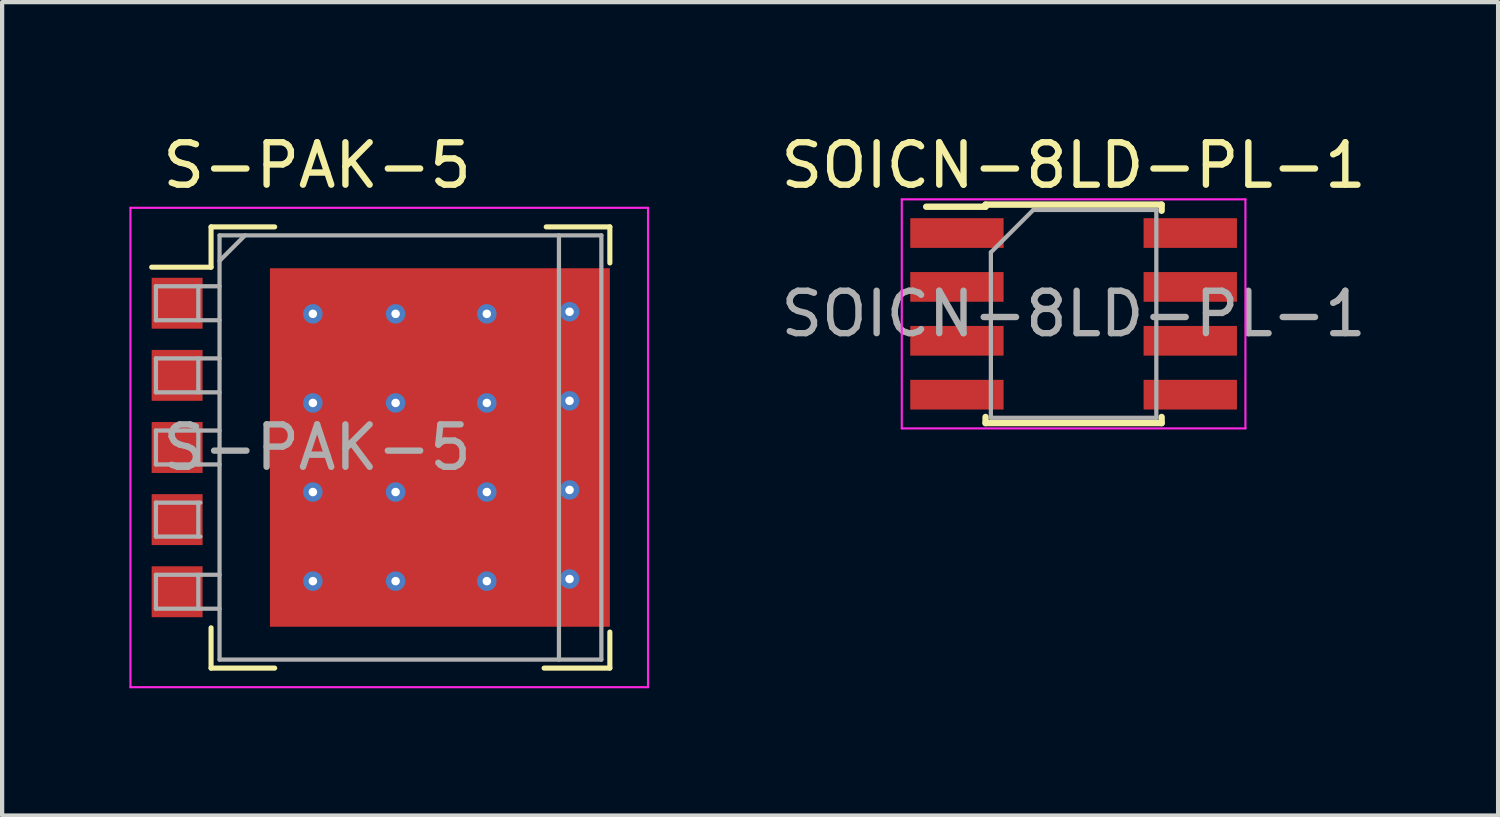
<source format=kicad_pcb>
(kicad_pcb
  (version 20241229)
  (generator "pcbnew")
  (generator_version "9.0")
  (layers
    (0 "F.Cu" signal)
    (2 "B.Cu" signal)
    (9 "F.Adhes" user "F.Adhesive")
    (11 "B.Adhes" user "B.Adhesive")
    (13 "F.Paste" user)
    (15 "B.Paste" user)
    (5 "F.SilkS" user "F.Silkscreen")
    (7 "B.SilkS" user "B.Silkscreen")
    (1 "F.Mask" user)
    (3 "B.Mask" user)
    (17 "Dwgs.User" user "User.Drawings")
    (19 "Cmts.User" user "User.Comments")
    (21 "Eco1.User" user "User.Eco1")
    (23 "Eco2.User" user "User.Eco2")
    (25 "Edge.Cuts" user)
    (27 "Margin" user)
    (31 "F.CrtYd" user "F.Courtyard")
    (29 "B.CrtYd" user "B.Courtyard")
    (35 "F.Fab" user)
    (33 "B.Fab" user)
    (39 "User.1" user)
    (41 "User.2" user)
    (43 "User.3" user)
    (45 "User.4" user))
  (footprint "SOICN-8LD-PL-1"
    (layer "F.Cu")
    (at 22.256 4.348)
    (property "Reference" "SOICN-8LD-PL-1" (at 0 -3.5 0) (layer "F.SilkS") (effects (font (size 1 1) (thickness 0.15))))
    (attr smd)
    (fp_line (start -2.075 -2.575) (end -2.075 -2.525) (stroke (width 0.15) (type solid)) (layer "F.SilkS"))
    (fp_line (start -2.075 -2.575) (end 2.075 -2.575) (stroke (width 0.15) (type solid)) (layer "F.SilkS"))
    (fp_line (start -2.075 -2.525) (end -3.475 -2.525) (stroke (width 0.15) (type solid)) (layer "F.SilkS"))
    (fp_line (start -2.075 2.575) (end -2.075 2.43) (stroke (width 0.15) (type solid)) (layer "F.SilkS"))
    (fp_line (start -2.075 2.575) (end 2.075 2.575) (stroke (width 0.15) (type solid)) (layer "F.SilkS"))
    (fp_line (start 2.075 -2.575) (end 2.075 -2.43) (stroke (width 0.15) (type solid)) (layer "F.SilkS"))
    (fp_line (start 2.075 2.575) (end 2.075 2.43) (stroke (width 0.15) (type solid)) (layer "F.SilkS"))
    (fp_line (start -4.05 -2.7) (end -4.05 2.7) (stroke (width 0.05) (type solid)) (layer "F.CrtYd"))
    (fp_line (start -4.05 -2.7) (end 4.05 -2.7) (stroke (width 0.05) (type solid)) (layer "F.CrtYd"))
    (fp_line (start -4.05 2.7) (end 4.05 2.7) (stroke (width 0.05) (type solid)) (layer "F.CrtYd"))
    (fp_line (start 4.05 -2.7) (end 4.05 2.7) (stroke (width 0.05) (type solid)) (layer "F.CrtYd"))
    (fp_line (start -1.95 -1.45) (end -0.95 -2.45) (stroke (width 0.1) (type solid)) (layer "F.Fab"))
    (fp_line (start -1.95 2.45) (end -1.95 -1.45) (stroke (width 0.1) (type solid)) (layer "F.Fab"))
    (fp_line (start -0.95 -2.45) (end 1.95 -2.45) (stroke (width 0.1) (type solid)) (layer "F.Fab"))
    (fp_line (start 1.95 -2.45) (end 1.95 2.45) (stroke (width 0.1) (type solid)) (layer "F.Fab"))
    (fp_line (start 1.95 2.45) (end -1.95 2.45) (stroke (width 0.1) (type solid)) (layer "F.Fab"))
    (fp_text user "${REFERENCE}" (at 0 0 0) (layer "F.Fab") (effects (font (size 1 1) (thickness 0.15))))
    (pad "1" smd rect (at -2.75 -1.905) (size 2.2 0.7) (layers "F.Cu" "F.Mask" "F.Paste"))
    (pad "2" smd rect (at -2.75 -0.635) (size 2.2 0.7) (layers "F.Cu" "F.Mask" "F.Paste"))
    (pad "3" smd rect (at -2.75 0.635) (size 2.2 0.7) (layers "F.Cu" "F.Mask" "F.Paste"))
    (pad "4" smd rect (at -2.75 1.905) (size 2.2 0.7) (layers "F.Cu" "F.Mask" "F.Paste"))
    (pad "5" smd rect (at 2.75 1.905) (size 2.2 0.7) (layers "F.Cu" "F.Mask" "F.Paste"))
    (pad "6" smd rect (at 2.75 0.635) (size 2.2 0.7) (layers "F.Cu" "F.Mask" "F.Paste"))
    (pad "7" smd rect (at 2.75 -0.635) (size 2.2 0.7) (layers "F.Cu" "F.Mask" "F.Paste"))
    (pad "8" smd rect (at 2.75 -1.905) (size 2.2 0.7) (layers "F.Cu" "F.Mask" "F.Paste")))
  (footprint "S-PAK-5"
    (layer "F.Cu")
    (at 4.425 7.498)
    (property "Reference" "S-PAK-5" (at 0 -6.65 0) (layer "F.SilkS") (effects (font (size 1 1) (thickness 0.15))))
    (attr smd)
    (fp_line (start -2.5 -5.2) (end -2.5 -4.25) (stroke (width 0.12) (type solid)) (layer "F.SilkS"))
    (fp_line (start -2.5 -4.25) (end -3.9 -4.25) (stroke (width 0.12) (type solid)) (layer "F.SilkS"))
    (fp_line (start -2.5 5.2) (end -2.5 4.25) (stroke (width 0.12) (type solid)) (layer "F.SilkS"))
    (fp_line (start -1 -5.2) (end -2.5 -5.2) (stroke (width 0.12) (type solid)) (layer "F.SilkS"))
    (fp_line (start -1 5.2) (end -2.5 5.2) (stroke (width 0.12) (type solid)) (layer "F.SilkS"))
    (fp_line (start 5.35 5.2) (end 6.9 5.2) (stroke (width 0.12) (type solid)) (layer "F.SilkS"))
    (fp_line (start 5.4 -5.2) (end 6.9 -5.2) (stroke (width 0.12) (type solid)) (layer "F.SilkS"))
    (fp_line (start 6.9 -5.2) (end 6.9 -4.35) (stroke (width 0.12) (type solid)) (layer "F.SilkS"))
    (fp_line (start 6.9 5.2) (end 6.9 4.35) (stroke (width 0.12) (type solid)) (layer "F.SilkS"))
    (fp_line (start -4.4 -5.65) (end -4.4 5.65) (stroke (width 0.05) (type solid)) (layer "F.CrtYd"))
    (fp_line (start -4.4 5.65) (end 7.8 5.65) (stroke (width 0.05) (type solid)) (layer "F.CrtYd"))
    (fp_line (start 7.8 -5.65) (end -4.4 -5.65) (stroke (width 0.05) (type solid)) (layer "F.CrtYd"))
    (fp_line (start 7.8 5.65) (end 7.8 -5.65) (stroke (width 0.05) (type solid)) (layer "F.CrtYd"))
    (fp_line (start -3.8 -3.8) (end -3.8 -3) (stroke (width 0.1) (type solid)) (layer "F.Fab"))
    (fp_line (start -3.8 -3) (end -2.3 -3) (stroke (width 0.1) (type solid)) (layer "F.Fab"))
    (fp_line (start -3.8 -2.1) (end -3.8 -1.3) (stroke (width 0.1) (type solid)) (layer "F.Fab"))
    (fp_line (start -3.8 -1.3) (end -2.3 -1.3) (stroke (width 0.1) (type solid)) (layer "F.Fab"))
    (fp_line (start -3.8 -0.4) (end -3.8 0.4) (stroke (width 0.1) (type solid)) (layer "F.Fab"))
    (fp_line (start -3.8 0.4) (end -2.3 0.4) (stroke (width 0.1) (type solid)) (layer "F.Fab"))
    (fp_line (start -3.8 1.3) (end -3.8 2.1) (stroke (width 0.1) (type solid)) (layer "F.Fab"))
    (fp_line (start -3.8 2.1) (end -2.75 2.1) (stroke (width 0.1) (type solid)) (layer "F.Fab"))
    (fp_line (start -3.8 3) (end -3.8 3.8) (stroke (width 0.1) (type solid)) (layer "F.Fab"))
    (fp_line (start -3.8 3.8) (end -2.3 3.8) (stroke (width 0.1) (type solid)) (layer "F.Fab"))
    (fp_line (start -2.8 -3.8) (end -2.8 -3) (stroke (width 0.1) (type solid)) (layer "F.Fab"))
    (fp_line (start -2.8 -2.1) (end -2.8 -1.3) (stroke (width 0.1) (type solid)) (layer "F.Fab"))
    (fp_line (start -2.8 -0.4) (end -2.8 0.4) (stroke (width 0.1) (type solid)) (layer "F.Fab"))
    (fp_line (start -2.8 1.3) (end -2.8 2.1) (stroke (width 0.1) (type solid)) (layer "F.Fab"))
    (fp_line (start -2.8 3) (end -2.8 3.8) (stroke (width 0.1) (type solid)) (layer "F.Fab"))
    (fp_line (start -2.75 1.3) (end -3.8 1.3) (stroke (width 0.1) (type solid)) (layer "F.Fab"))
    (fp_line (start -2.3 -5) (end 6.7 -5) (stroke (width 0.1) (type solid)) (layer "F.Fab"))
    (fp_line (start -2.3 -4.4) (end -1.7 -5) (stroke (width 0.1) (type solid)) (layer "F.Fab"))
    (fp_line (start -2.3 -3.8) (end -3.8 -3.8) (stroke (width 0.1) (type solid)) (layer "F.Fab"))
    (fp_line (start -2.3 -2.1) (end -3.8 -2.1) (stroke (width 0.1) (type solid)) (layer "F.Fab"))
    (fp_line (start -2.3 -0.4) (end -3.8 -0.4) (stroke (width 0.1) (type solid)) (layer "F.Fab"))
    (fp_line (start -2.3 3) (end -3.8 3) (stroke (width 0.1) (type solid)) (layer "F.Fab"))
    (fp_line (start -2.3 5) (end -2.3 -5) (stroke (width 0.1) (type solid)) (layer "F.Fab"))
    (fp_line (start 5.7 -5) (end 5.7 5) (stroke (width 0.1) (type solid)) (layer "F.Fab"))
    (fp_line (start 6.7 -5) (end 6.7 5) (stroke (width 0.1) (type solid)) (layer "F.Fab"))
    (fp_line (start 6.7 5) (end -2.3 5) (stroke (width 0.1) (type solid)) (layer "F.Fab"))
    (fp_text user "${REFERENCE}" (at 0 0 0) (layer "F.Fab") (effects (font (size 1 1) (thickness 0.15))))
    (pad "" smd rect (at -0.1 -3.15) (size 1.6 1.7) (layers "F.Paste"))
    (pad "" smd rect (at -0.1 -1.05) (size 1.6 1.7) (layers "F.Paste"))
    (pad "" smd rect (at -0.1 1.05) (size 1.6 1.7) (layers "F.Paste"))
    (pad "" smd rect (at -0.1 3.15) (size 1.6 1.7) (layers "F.Paste"))
    (pad "" smd rect (at 1.85 -3.15) (size 1.7 1.7) (layers "F.Paste"))
    (pad "" smd rect (at 1.85 -1.05) (size 1.7 1.7) (layers "F.Paste"))
    (pad "" smd rect (at 1.85 1.05) (size 1.7 1.7) (layers "F.Paste"))
    (pad "" smd rect (at 1.85 3.15) (size 1.7 1.7) (layers "F.Paste"))
    (pad "" smd rect (at 3.95 -3.15) (size 1.7 1.7) (layers "F.Paste"))
    (pad "" smd rect (at 3.95 -1.05) (size 1.7 1.7) (layers "F.Paste"))
    (pad "" smd rect (at 3.95 1.05) (size 1.7 1.7) (layers "F.Paste"))
    (pad "" smd rect (at 3.95 3.15) (size 1.7 1.7) (layers "F.Paste"))
    (pad "" smd rect (at 5.9 -3.15) (size 1.6 1.7) (layers "F.Paste"))
    (pad "" smd rect (at 5.9 -1.05) (size 1.6 1.7) (layers "F.Paste"))
    (pad "" smd rect (at 5.9 1.05) (size 1.6 1.7) (layers "F.Paste"))
    (pad "" smd rect (at 5.9 3.15) (size 1.6 1.7) (layers "F.Paste"))
    (pad "1" smd rect (at -3.3 -3.4) (size 1.2 1.2) (layers "F.Cu" "F.Mask" "F.Paste"))
    (pad "2" smd rect (at -3.3 -1.7) (size 1.2 1.2) (layers "F.Cu" "F.Mask" "F.Paste"))
    (pad "3" smd rect (at -3.3 0) (size 1.2 1.2) (layers "F.Cu" "F.Mask" "F.Paste"))
    (pad "3" thru_hole circle (at -0.1 -3.15) (size 0.46 0.46) (drill 0.2) (layers "*.Cu" "*.Mask"))
    (pad "3" thru_hole circle (at -0.1 -1.05) (size 0.46 0.46) (drill 0.2) (layers "*.Cu" "*.Mask"))
    (pad "3" thru_hole circle (at -0.1 1.05) (size 0.46 0.46) (drill 0.2) (layers "*.Cu" "*.Mask"))
    (pad "3" thru_hole circle (at -0.1 3.15) (size 0.46 0.46) (drill 0.2) (layers "*.Cu" "*.Mask"))
    (pad "3" thru_hole circle (at 1.85 -3.15) (size 0.46 0.46) (drill 0.2) (layers "*.Cu" "*.Mask"))
    (pad "3" thru_hole circle (at 1.85 -1.05) (size 0.46 0.46) (drill 0.2) (layers "*.Cu" "*.Mask"))
    (pad "3" thru_hole circle (at 1.85 1.05) (size 0.46 0.46) (drill 0.2) (layers "*.Cu" "*.Mask"))
    (pad "3" thru_hole circle (at 1.85 3.15) (size 0.46 0.46) (drill 0.2) (layers "*.Cu" "*.Mask"))
    (pad "3" smd rect (at 2.894 0) (size 8.012 8.45) (layers "F.Cu" "F.Mask"))
    (pad "3" thru_hole circle (at 4 -3.15) (size 0.46 0.46) (drill 0.2) (layers "*.Cu" "*.Mask"))
    (pad "3" thru_hole circle (at 4 -1.05) (size 0.46 0.46) (drill 0.2) (layers "*.Cu" "*.Mask"))
    (pad "3" thru_hole circle (at 4 1.05) (size 0.46 0.46) (drill 0.2) (layers "*.Cu" "*.Mask"))
    (pad "3" thru_hole circle (at 4 3.15) (size 0.46 0.46) (drill 0.2) (layers "*.Cu" "*.Mask"))
    (pad "3" thru_hole circle (at 5.95 -3.2) (size 0.46 0.46) (drill 0.2) (layers "*.Cu" "*.Mask"))
    (pad "3" thru_hole circle (at 5.95 -1.1) (size 0.46 0.46) (drill 0.2) (layers "*.Cu" "*.Mask"))
    (pad "3" thru_hole circle (at 5.95 1) (size 0.46 0.46) (drill 0.2) (layers "*.Cu" "*.Mask"))
    (pad "3" thru_hole circle (at 5.95 3.1) (size 0.46 0.46) (drill 0.2) (layers "*.Cu" "*.Mask"))
    (pad "4" smd rect (at -3.3 1.7) (size 1.2 1.2) (layers "F.Cu" "F.Mask" "F.Paste"))
    (pad "5" smd rect (at -3.3 3.4) (size 1.2 1.2) (layers "F.Cu" "F.Mask" "F.Paste")))
  (gr_rect
    (start -3 -3)
    (end 32.262 16.173)
    (stroke (width 0.1) (type default))
    (fill no)
    (layer "Edge.Cuts")))
</source>
